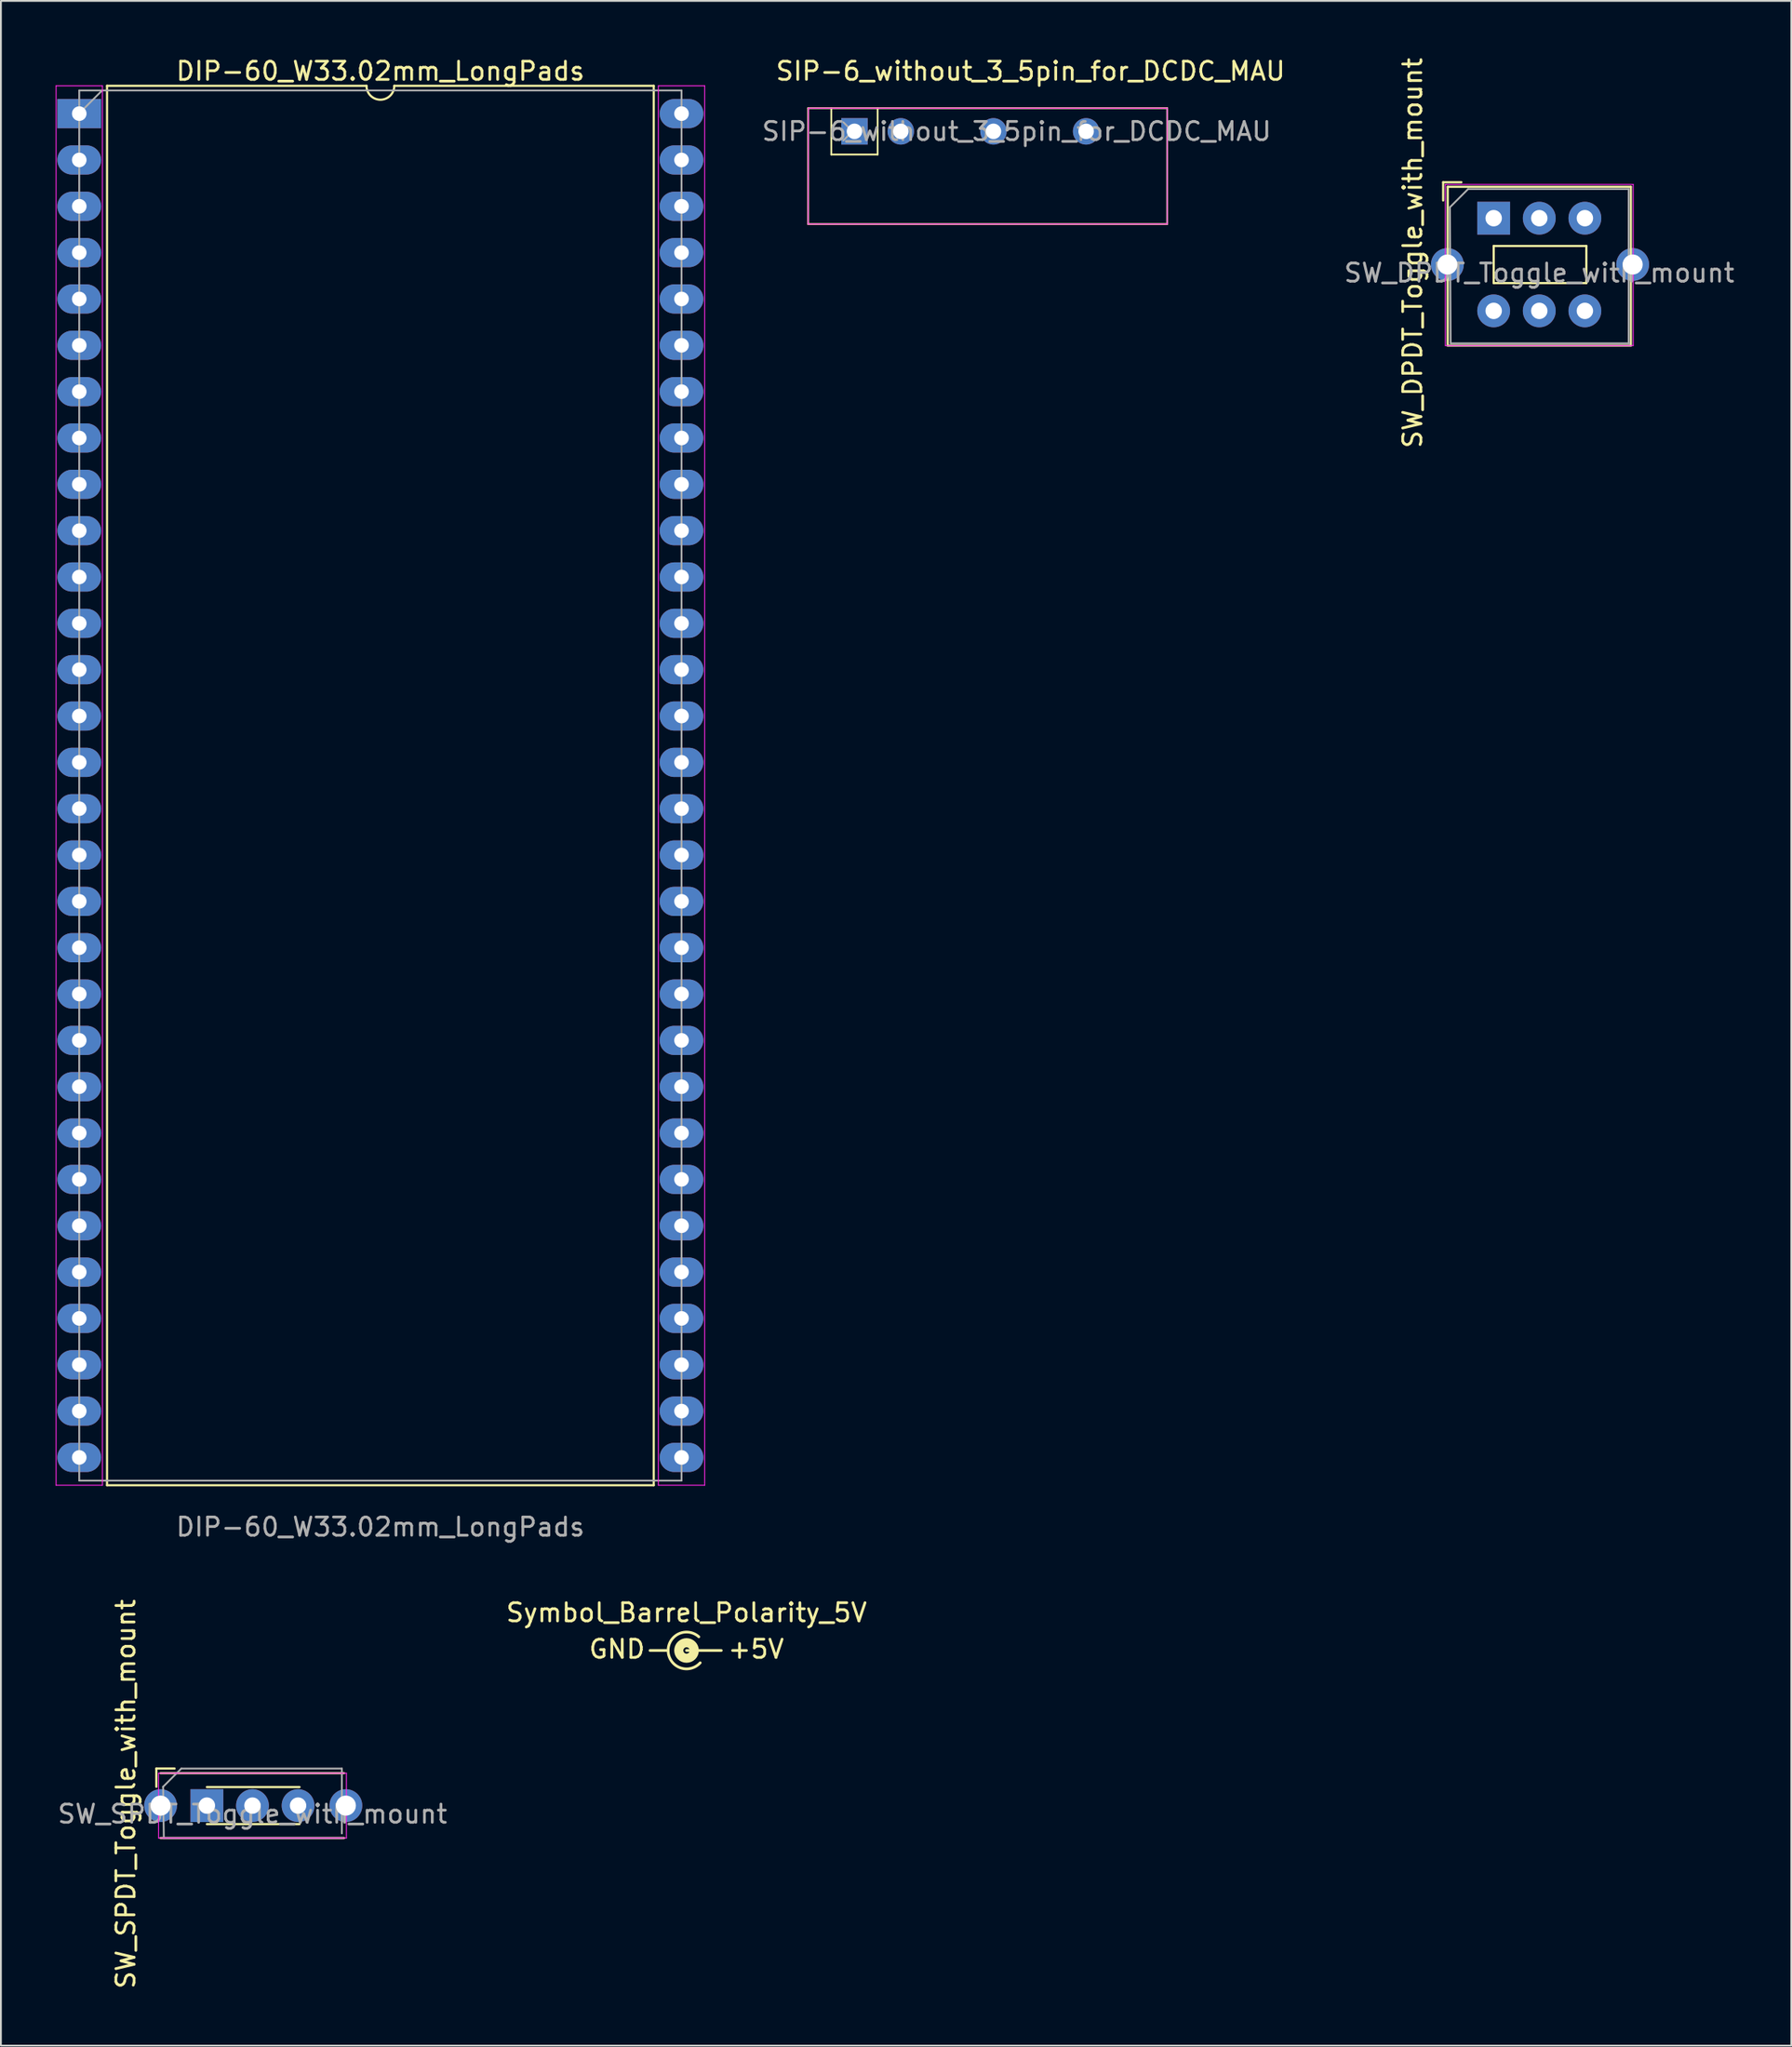
<source format=kicad_pcb>
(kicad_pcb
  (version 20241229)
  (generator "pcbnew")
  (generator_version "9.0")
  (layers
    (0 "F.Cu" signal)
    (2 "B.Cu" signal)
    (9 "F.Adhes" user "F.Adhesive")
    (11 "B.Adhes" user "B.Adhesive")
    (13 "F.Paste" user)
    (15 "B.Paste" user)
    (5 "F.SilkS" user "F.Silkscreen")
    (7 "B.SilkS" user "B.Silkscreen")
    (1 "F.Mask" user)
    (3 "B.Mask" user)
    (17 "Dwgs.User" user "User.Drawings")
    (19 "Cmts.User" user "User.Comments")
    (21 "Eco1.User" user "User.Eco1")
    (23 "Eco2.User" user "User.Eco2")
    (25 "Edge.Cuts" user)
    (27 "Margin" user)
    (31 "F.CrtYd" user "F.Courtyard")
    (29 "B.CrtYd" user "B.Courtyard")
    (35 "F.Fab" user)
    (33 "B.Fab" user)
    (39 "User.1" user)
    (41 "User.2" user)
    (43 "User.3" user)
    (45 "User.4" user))
  (footprint "SIP-6_without_3_5pin_for_DCDC_MAU"
    (layer "F.Cu")
    (at 43.797 4.15)
    (property "Reference" "SIP-6_without_3_5pin_for_DCDC_MAU" (at 9.652 -3.302 0) (layer "F.SilkS") (effects (font (size 1 1) (thickness 0.15))))
    (attr through_hole)
    (fp_line (start -2.54 -1.27) (end 17.145 -1.27) (stroke (width 0.1) (type default)) (layer "F.SilkS"))
    (fp_line (start -2.54 5.08) (end -2.54 -1.27) (stroke (width 0.1) (type default)) (layer "F.SilkS"))
    (fp_line (start -1.27 -1.27) (end -1.27 1.27) (stroke (width 0.1) (type default)) (layer "F.SilkS"))
    (fp_line (start 1.27 -1.27) (end 1.27 1.27) (stroke (width 0.1) (type default)) (layer "F.SilkS"))
    (fp_line (start 1.27 1.27) (end -1.27 1.27) (stroke (width 0.1) (type default)) (layer "F.SilkS"))
    (fp_line (start 17.145 -1.27) (end 17.145 5.08) (stroke (width 0.1) (type default)) (layer "F.SilkS"))
    (fp_line (start 17.145 5.08) (end -2.54 5.08) (stroke (width 0.1) (type default)) (layer "F.SilkS"))
    (fp_line (start -2.54 5.08) (end 17.145 5.08) (stroke (width 0.05) (type solid)) (layer "F.CrtYd"))
    (fp_line (start -2.531 -1.27) (end -2.54 5.08) (stroke (width 0.05) (type solid)) (layer "F.CrtYd"))
    (fp_line (start -2.531 -1.27) (end 17.145 -1.27) (stroke (width 0.05) (type solid)) (layer "F.CrtYd"))
    (fp_line (start 17.145 -1.27) (end 17.145 5.08) (stroke (width 0.05) (type solid)) (layer "F.CrtYd"))
    (fp_line (start -0.61 -0.5) (end -0.11 0) (stroke (width 0.1) (type solid)) (layer "F.Fab"))
    (fp_line (start -0.11 0) (end -0.61 0.5) (stroke (width 0.1) (type solid)) (layer "F.Fab"))
    (fp_text user "${REFERENCE}" (at 8.89 0 0) (layer "F.Fab") (effects (font (size 1 1) (thickness 0.15))))
    (pad "1" thru_hole rect (at 0 0 90) (size 1.45 1.45) (drill 0.85) (layers "*.Cu" "*.Mask"))
    (pad "2" thru_hole circle (at 2.54 0 90) (size 1.45 1.45) (drill 0.85) (layers "*.Cu" "*.Mask"))
    (pad "4" thru_hole circle (at 7.62 0 90) (size 1.45 1.45) (drill 0.85) (layers "*.Cu" "*.Mask"))
    (pad "6" thru_hole circle (at 12.7 0 90) (size 1.45 1.45) (drill 0.85) (layers "*.Cu" "*.Mask")))
  (footprint "DIP-60_W33.02mm_LongPads"
    (layer "F.Cu")
    (at 1.295 3.178)
    (property "Reference" "DIP-60_W33.02mm_LongPads" (at 16.51 -2.33 0) (layer "F.SilkS") (effects (font (size 1 1) (thickness 0.15))))
    (attr through_hole)
    (fp_line (start 1.524 -1.524) (end 1.524 75.184) (stroke (width 0.12) (type solid)) (layer "F.SilkS"))
    (fp_line (start 1.524 75.184) (end 31.496 75.184) (stroke (width 0.12) (type solid)) (layer "F.SilkS"))
    (fp_line (start 15.748 -1.524) (end 1.524 -1.524) (stroke (width 0.12) (type solid)) (layer "F.SilkS"))
    (fp_line (start 31.496 -1.524) (end 17.272 -1.524) (stroke (width 0.12) (type solid)) (layer "F.SilkS"))
    (fp_line (start 31.496 75.184) (end 31.496 -1.524) (stroke (width 0.12) (type solid)) (layer "F.SilkS"))
    (fp_arc (start 17.272 -1.524) (mid 16.51 -0.762) (end 15.748 -1.524) (stroke (width 0.12) (type solid)) (layer "F.SilkS"))
    (fp_line (start -1.27 -1.524) (end -1.27 75.184) (stroke (width 0.05) (type solid)) (layer "F.CrtYd"))
    (fp_line (start -1.27 75.184) (end 1.27 75.184) (stroke (width 0.05) (type solid)) (layer "F.CrtYd"))
    (fp_line (start 1.27 -1.524) (end -1.27 -1.524) (stroke (width 0.05) (type solid)) (layer "F.CrtYd"))
    (fp_line (start 1.27 75.184) (end 1.27 -1.524) (stroke (width 0.05) (type solid)) (layer "F.CrtYd"))
    (fp_line (start 31.75 75.184) (end 31.75 -1.524) (stroke (width 0.05) (type solid)) (layer "F.CrtYd"))
    (fp_line (start 31.75 75.184) (end 34.29 75.184) (stroke (width 0.05) (type solid)) (layer "F.CrtYd"))
    (fp_line (start 34.29 -1.524) (end 31.75 -1.524) (stroke (width 0.05) (type solid)) (layer "F.CrtYd"))
    (fp_line (start 34.29 75.184) (end 34.29 -1.524) (stroke (width 0.05) (type solid)) (layer "F.CrtYd"))
    (fp_line (start 0 -1.27) (end 33.02 -1.27) (stroke (width 0.1) (type solid)) (layer "F.Fab"))
    (fp_line (start 0 74.93) (end 0 -1.27) (stroke (width 0.1) (type solid)) (layer "F.Fab"))
    (fp_line (start 0.255 -0.27) (end 1.255 -1.27) (stroke (width 0.1) (type solid)) (layer "F.Fab"))
    (fp_line (start 33.02 -1.27) (end 33.02 74.93) (stroke (width 0.1) (type solid)) (layer "F.Fab"))
    (fp_line (start 33.02 74.93) (end 0 74.93) (stroke (width 0.1) (type solid)) (layer "F.Fab"))
    (fp_text user "${REFERENCE}" (at 16.51 77.47 0) (layer "F.Fab") (effects (font (size 1 1) (thickness 0.15))))
    (pad "1" thru_hole rect (at 0 0) (size 2.4 1.6) (drill 0.8) (layers "*.Cu" "*.Mask"))
    (pad "2" thru_hole oval (at 0 2.54) (size 2.4 1.6) (drill 0.8) (layers "*.Cu" "*.Mask"))
    (pad "3" thru_hole oval (at 0 5.08) (size 2.4 1.6) (drill 0.8) (layers "*.Cu" "*.Mask"))
    (pad "4" thru_hole oval (at 0 7.62) (size 2.4 1.6) (drill 0.8) (layers "*.Cu" "*.Mask"))
    (pad "5" thru_hole oval (at 0 10.16) (size 2.4 1.6) (drill 0.8) (layers "*.Cu" "*.Mask"))
    (pad "6" thru_hole oval (at 0 12.7) (size 2.4 1.6) (drill 0.8) (layers "*.Cu" "*.Mask"))
    (pad "7" thru_hole oval (at 0 15.24) (size 2.4 1.6) (drill 0.8) (layers "*.Cu" "*.Mask"))
    (pad "8" thru_hole oval (at 0 17.78) (size 2.4 1.6) (drill 0.8) (layers "*.Cu" "*.Mask"))
    (pad "9" thru_hole oval (at 0 20.32) (size 2.4 1.6) (drill 0.8) (layers "*.Cu" "*.Mask"))
    (pad "10" thru_hole oval (at 0 22.86) (size 2.4 1.6) (drill 0.8) (layers "*.Cu" "*.Mask"))
    (pad "11" thru_hole oval (at 0 25.4) (size 2.4 1.6) (drill 0.8) (layers "*.Cu" "*.Mask"))
    (pad "12" thru_hole oval (at 0 27.94) (size 2.4 1.6) (drill 0.8) (layers "*.Cu" "*.Mask"))
    (pad "13" thru_hole oval (at 0 30.48) (size 2.4 1.6) (drill 0.8) (layers "*.Cu" "*.Mask"))
    (pad "14" thru_hole oval (at 0 33.02) (size 2.4 1.6) (drill 0.8) (layers "*.Cu" "*.Mask"))
    (pad "15" thru_hole oval (at 0 35.56) (size 2.4 1.6) (drill 0.8) (layers "*.Cu" "*.Mask"))
    (pad "16" thru_hole oval (at 0 38.1) (size 2.4 1.6) (drill 0.8) (layers "*.Cu" "*.Mask"))
    (pad "17" thru_hole oval (at 0 40.64) (size 2.4 1.6) (drill 0.8) (layers "*.Cu" "*.Mask"))
    (pad "18" thru_hole oval (at 0 43.18) (size 2.4 1.6) (drill 0.8) (layers "*.Cu" "*.Mask"))
    (pad "19" thru_hole oval (at 0 45.72) (size 2.4 1.6) (drill 0.8) (layers "*.Cu" "*.Mask"))
    (pad "20" thru_hole oval (at 0 48.26) (size 2.4 1.6) (drill 0.8) (layers "*.Cu" "*.Mask"))
    (pad "21" thru_hole oval (at 0 50.8) (size 2.4 1.6) (drill 0.8) (layers "*.Cu" "*.Mask"))
    (pad "22" thru_hole oval (at 0 53.34) (size 2.4 1.6) (drill 0.8) (layers "*.Cu" "*.Mask"))
    (pad "23" thru_hole oval (at 0 55.88) (size 2.4 1.6) (drill 0.8) (layers "*.Cu" "*.Mask"))
    (pad "24" thru_hole oval (at 0 58.42) (size 2.4 1.6) (drill 0.8) (layers "*.Cu" "*.Mask"))
    (pad "25" thru_hole oval (at 0 60.96) (size 2.4 1.6) (drill 0.8) (layers "*.Cu" "*.Mask"))
    (pad "26" thru_hole oval (at 0 63.5) (size 2.4 1.6) (drill 0.8) (layers "*.Cu" "*.Mask"))
    (pad "27" thru_hole oval (at 0 66.04) (size 2.4 1.6) (drill 0.8) (layers "*.Cu" "*.Mask"))
    (pad "28" thru_hole oval (at 0 68.58) (size 2.4 1.6) (drill 0.8) (layers "*.Cu" "*.Mask"))
    (pad "29" thru_hole oval (at 0 71.12) (size 2.4 1.6) (drill 0.8) (layers "*.Cu" "*.Mask"))
    (pad "30" thru_hole oval (at 0 73.66) (size 2.4 1.6) (drill 0.8) (layers "*.Cu" "*.Mask"))
    (pad "31" thru_hole oval (at 33.02 73.66) (size 2.4 1.6) (drill 0.8) (layers "*.Cu" "*.Mask"))
    (pad "32" thru_hole oval (at 33.02 71.12) (size 2.4 1.6) (drill 0.8) (layers "*.Cu" "*.Mask"))
    (pad "33" thru_hole oval (at 33.02 68.58) (size 2.4 1.6) (drill 0.8) (layers "*.Cu" "*.Mask"))
    (pad "34" thru_hole oval (at 33.02 66.04) (size 2.4 1.6) (drill 0.8) (layers "*.Cu" "*.Mask"))
    (pad "35" thru_hole oval (at 33.02 63.5) (size 2.4 1.6) (drill 0.8) (layers "*.Cu" "*.Mask"))
    (pad "36" thru_hole oval (at 33.02 60.96) (size 2.4 1.6) (drill 0.8) (layers "*.Cu" "*.Mask"))
    (pad "37" thru_hole oval (at 33.02 58.42) (size 2.4 1.6) (drill 0.8) (layers "*.Cu" "*.Mask"))
    (pad "38" thru_hole oval (at 33.02 55.88) (size 2.4 1.6) (drill 0.8) (layers "*.Cu" "*.Mask"))
    (pad "39" thru_hole oval (at 33.02 53.34) (size 2.4 1.6) (drill 0.8) (layers "*.Cu" "*.Mask"))
    (pad "40" thru_hole oval (at 33.02 50.8) (size 2.4 1.6) (drill 0.8) (layers "*.Cu" "*.Mask"))
    (pad "41" thru_hole oval (at 33.02 48.26) (size 2.4 1.6) (drill 0.8) (layers "*.Cu" "*.Mask"))
    (pad "42" thru_hole oval (at 33.02 45.72) (size 2.4 1.6) (drill 0.8) (layers "*.Cu" "*.Mask"))
    (pad "43" thru_hole oval (at 33.02 43.18) (size 2.4 1.6) (drill 0.8) (layers "*.Cu" "*.Mask"))
    (pad "44" thru_hole oval (at 33.02 40.64) (size 2.4 1.6) (drill 0.8) (layers "*.Cu" "*.Mask"))
    (pad "45" thru_hole oval (at 33.02 38.1) (size 2.4 1.6) (drill 0.8) (layers "*.Cu" "*.Mask"))
    (pad "46" thru_hole oval (at 33.02 35.56) (size 2.4 1.6) (drill 0.8) (layers "*.Cu" "*.Mask"))
    (pad "47" thru_hole oval (at 33.02 33.02) (size 2.4 1.6) (drill 0.8) (layers "*.Cu" "*.Mask"))
    (pad "48" thru_hole oval (at 33.02 30.48) (size 2.4 1.6) (drill 0.8) (layers "*.Cu" "*.Mask"))
    (pad "49" thru_hole oval (at 33.02 27.94) (size 2.4 1.6) (drill 0.8) (layers "*.Cu" "*.Mask"))
    (pad "50" thru_hole oval (at 33.02 25.4) (size 2.4 1.6) (drill 0.8) (layers "*.Cu" "*.Mask"))
    (pad "51" thru_hole oval (at 33.02 22.86) (size 2.4 1.6) (drill 0.8) (layers "*.Cu" "*.Mask"))
    (pad "52" thru_hole oval (at 33.02 20.32) (size 2.4 1.6) (drill 0.8) (layers "*.Cu" "*.Mask"))
    (pad "53" thru_hole oval (at 33.02 17.78) (size 2.4 1.6) (drill 0.8) (layers "*.Cu" "*.Mask"))
    (pad "54" thru_hole oval (at 33.02 15.24) (size 2.4 1.6) (drill 0.8) (layers "*.Cu" "*.Mask"))
    (pad "55" thru_hole oval (at 33.02 12.7) (size 2.4 1.6) (drill 0.8) (layers "*.Cu" "*.Mask"))
    (pad "56" thru_hole oval (at 33.02 10.16) (size 2.4 1.6) (drill 0.8) (layers "*.Cu" "*.Mask"))
    (pad "57" thru_hole oval (at 33.02 7.62) (size 2.4 1.6) (drill 0.8) (layers "*.Cu" "*.Mask"))
    (pad "58" thru_hole oval (at 33.02 5.08) (size 2.4 1.6) (drill 0.8) (layers "*.Cu" "*.Mask"))
    (pad "59" thru_hole oval (at 33.02 2.54) (size 2.4 1.6) (drill 0.8) (layers "*.Cu" "*.Mask"))
    (pad "60" thru_hole oval (at 33.02 0) (size 2.4 1.6) (drill 0.8) (layers "*.Cu" "*.Mask")))
  (footprint "Symbol_Barrel_Polarity_5V"
    (layer "F.Cu")
    (at 34.589 87.345)
    (property "Reference" "Symbol_Barrel_Polarity_5V" (at 0 -2 0) (layer "F.SilkS") (effects (font (size 1 1) (thickness 0.15))))
    (attr exclude_from_pos_files exclude_from_bom)
    (fp_line (start -2 0.075) (end -1.1 0.075) (stroke (width 0.15) (type solid)) (layer "F.SilkS"))
    (fp_line (start 0 0.075) (end 1.905 0.075) (stroke (width 0.15) (type solid)) (layer "F.SilkS"))
    (fp_arc (start 0.75 0.75) (mid -1.007627 0.128033) (end 0.675 -0.675) (stroke (width 0.15) (type solid)) (layer "F.SilkS"))
    (fp_circle (center 0 0.075) (end 0 0.25) (stroke (width 0.5) (type solid)) (fill no) (layer "F.SilkS"))
    (fp_text user "GND" (at -3.81 0 0) (unlocked yes) (layer "F.SilkS") (effects (font (size 1 1) (thickness 0.15))))
    (fp_text user "+5V" (at 3.81 0 0) (unlocked yes) (layer "F.SilkS") (effects (font (size 1 1) (thickness 0.15)))))
  (footprint "SW_DPDT_Toggle_with_mount"
    (layer "F.Cu")
    (at 78.842 8.91)
    (property "Reference" "SW_DPDT_Toggle_with_mount" (at -4.445 1.905 270) (layer "F.SilkS") (effects (font (size 1 1) (thickness 0.15))))
    (attr through_hole)
    (fp_line (start -2.77 -0.97) (end -2.77 -1.97) (stroke (width 0.12) (type solid)) (layer "F.SilkS"))
    (fp_line (start -2.52 6.985) (end -2.52 -1.72) (stroke (width 0.12) (type solid)) (layer "F.SilkS"))
    (fp_line (start -1.77 -1.97) (end -2.77 -1.97) (stroke (width 0.12) (type solid)) (layer "F.SilkS"))
    (fp_line (start 0 1.524) (end 0 3.556) (stroke (width 0.12) (type solid)) (layer "F.SilkS"))
    (fp_line (start 5.08 1.524) (end 0 1.524) (stroke (width 0.12) (type solid)) (layer "F.SilkS"))
    (fp_line (start 5.08 1.524) (end 5.08 3.556) (stroke (width 0.12) (type solid)) (layer "F.SilkS"))
    (fp_line (start 5.08 3.556) (end 0 3.556) (stroke (width 0.12) (type solid)) (layer "F.SilkS"))
    (fp_line (start 7.52 -1.72) (end -2.52 -1.72) (stroke (width 0.12) (type solid)) (layer "F.SilkS"))
    (fp_line (start 7.52 6.985) (end -2.52 6.985) (stroke (width 0.12) (type solid)) (layer "F.SilkS"))
    (fp_line (start 7.52 6.985) (end 7.52 -1.72) (stroke (width 0.12) (type solid)) (layer "F.SilkS"))
    (fp_line (start -2.65 -1.85) (end 7.65 -1.85) (stroke (width 0.05) (type solid)) (layer "F.CrtYd"))
    (fp_line (start -2.65 6.985) (end -2.65 -1.85) (stroke (width 0.05) (type solid)) (layer "F.CrtYd"))
    (fp_line (start -2.65 6.985) (end 7.65 6.985) (stroke (width 0.05) (type solid)) (layer "F.CrtYd"))
    (fp_line (start 7.65 -1.85) (end 7.65 6.985) (stroke (width 0.05) (type solid)) (layer "F.CrtYd"))
    (fp_line (start -2.4 -0.6) (end -1.4 -1.6) (stroke (width 0.1) (type solid)) (layer "F.Fab"))
    (fp_line (start -2.36 6.858) (end -2.4 -0.6) (stroke (width 0.1) (type solid)) (layer "F.Fab"))
    (fp_line (start -1.4 -1.6) (end 7.4 -1.6) (stroke (width 0.1) (type solid)) (layer "F.Fab"))
    (fp_line (start 7.4 -1.6) (end 7.4 6.858) (stroke (width 0.1) (type solid)) (layer "F.Fab"))
    (fp_line (start 7.44 6.858) (end -2.36 6.858) (stroke (width 0.1) (type solid)) (layer "F.Fab"))
    (fp_text user "${REFERENCE}" (at 2.5 3 0) (layer "F.Fab") (effects (font (size 1 1) (thickness 0.15))))
    (pad "" thru_hole circle (at -2.54 2.54) (size 1.8 1.8) (drill 1.1) (layers "*.Cu" "*.Mask"))
    (pad "" thru_hole circle (at 7.62 2.54) (size 1.8 1.8) (drill 1.1) (layers "*.Cu" "*.Mask"))
    (pad "1" thru_hole rect (at 0 0) (size 1.8 1.8) (drill 0.9) (layers "*.Cu" "*.Mask"))
    (pad "2" thru_hole circle (at 2.5 0) (size 1.8 1.8) (drill 0.9) (layers "*.Cu" "*.Mask"))
    (pad "3" thru_hole circle (at 5 0) (size 1.8 1.8) (drill 0.9) (layers "*.Cu" "*.Mask"))
    (pad "4" thru_hole circle (at 0 5.08) (size 1.8 1.8) (drill 0.9) (layers "*.Cu" "*.Mask"))
    (pad "5" thru_hole circle (at 2.5 5.08) (size 1.8 1.8) (drill 0.9) (layers "*.Cu" "*.Mask"))
    (pad "6" thru_hole circle (at 5 5.08) (size 1.8 1.8) (drill 0.9) (layers "*.Cu" "*.Mask")))
  (footprint "SW_SPDT_Toggle_with_mount"
    (layer "F.Cu")
    (at 5.752 95.923)
    (property "Reference" "SW_SPDT_Toggle_with_mount" (at -1.905 -0.635 270) (layer "F.SilkS") (effects (font (size 1 1) (thickness 0.15))))
    (attr through_hole)
    (fp_line (start -0.23 -1.032) (end -0.23 -2.032) (stroke (width 0.12) (type solid)) (layer "F.SilkS"))
    (fp_line (start 0.77 -2.032) (end -0.23 -2.032) (stroke (width 0.12) (type solid)) (layer "F.SilkS"))
    (fp_line (start 7.62 -1.016) (end 2.54 -1.016) (stroke (width 0.12) (type solid)) (layer "F.SilkS"))
    (fp_line (start 7.62 1.016) (end 2.54 1.016) (stroke (width 0.12) (type solid)) (layer "F.SilkS"))
    (fp_line (start 10.06 -1.778) (end 0 -1.778) (stroke (width 0.12) (type solid)) (layer "F.SilkS"))
    (fp_line (start 10.06 1.778) (end 0 1.778) (stroke (width 0.12) (type solid)) (layer "F.SilkS"))
    (fp_line (start -0.11 -1.778) (end 10.19 -1.778) (stroke (width 0.05) (type solid)) (layer "F.CrtYd"))
    (fp_line (start -0.11 1.778) (end -0.11 -1.778) (stroke (width 0.05) (type solid)) (layer "F.CrtYd"))
    (fp_line (start -0.11 1.778) (end 10.19 1.778) (stroke (width 0.05) (type solid)) (layer "F.CrtYd"))
    (fp_line (start 10.19 -1.778) (end 10.19 1.778) (stroke (width 0.05) (type solid)) (layer "F.CrtYd"))
    (fp_line (start 0.14 -1.032) (end 1.14 -2.032) (stroke (width 0.1) (type solid)) (layer "F.Fab"))
    (fp_line (start 0.18 1.778) (end 0.14 -1.032) (stroke (width 0.1) (type solid)) (layer "F.Fab"))
    (fp_line (start 1.14 -2.032) (end 9.94 -2.032) (stroke (width 0.1) (type solid)) (layer "F.Fab"))
    (fp_line (start 9.94 -2.032) (end 9.94 1.524) (stroke (width 0.1) (type solid)) (layer "F.Fab"))
    (fp_line (start 9.98 1.778) (end 0.18 1.778) (stroke (width 0.1) (type solid)) (layer "F.Fab"))
    (fp_text user "${REFERENCE}" (at 5.04 0.46 0) (layer "F.Fab") (effects (font (size 1 1) (thickness 0.15))))
    (pad "" thru_hole circle (at 0 0) (size 1.8 1.8) (drill 1.1) (layers "*.Cu" "*.Mask"))
    (pad "" thru_hole circle (at 10.16 0) (size 1.8 1.8) (drill 1.1) (layers "*.Cu" "*.Mask"))
    (pad "1" thru_hole rect (at 2.54 0) (size 1.8 1.8) (drill 0.9) (layers "*.Cu" "*.Mask"))
    (pad "2" thru_hole circle (at 5.04 0) (size 1.8 1.8) (drill 0.9) (layers "*.Cu" "*.Mask"))
    (pad "3" thru_hole circle (at 7.54 0) (size 1.8 1.8) (drill 0.9) (layers "*.Cu" "*.Mask")))
  (gr_rect
    (start -3 -3)
    (end 95.158 109.08)
    (stroke (width 0.1) (type default))
    (fill no)
    (layer "Edge.Cuts")))
</source>
